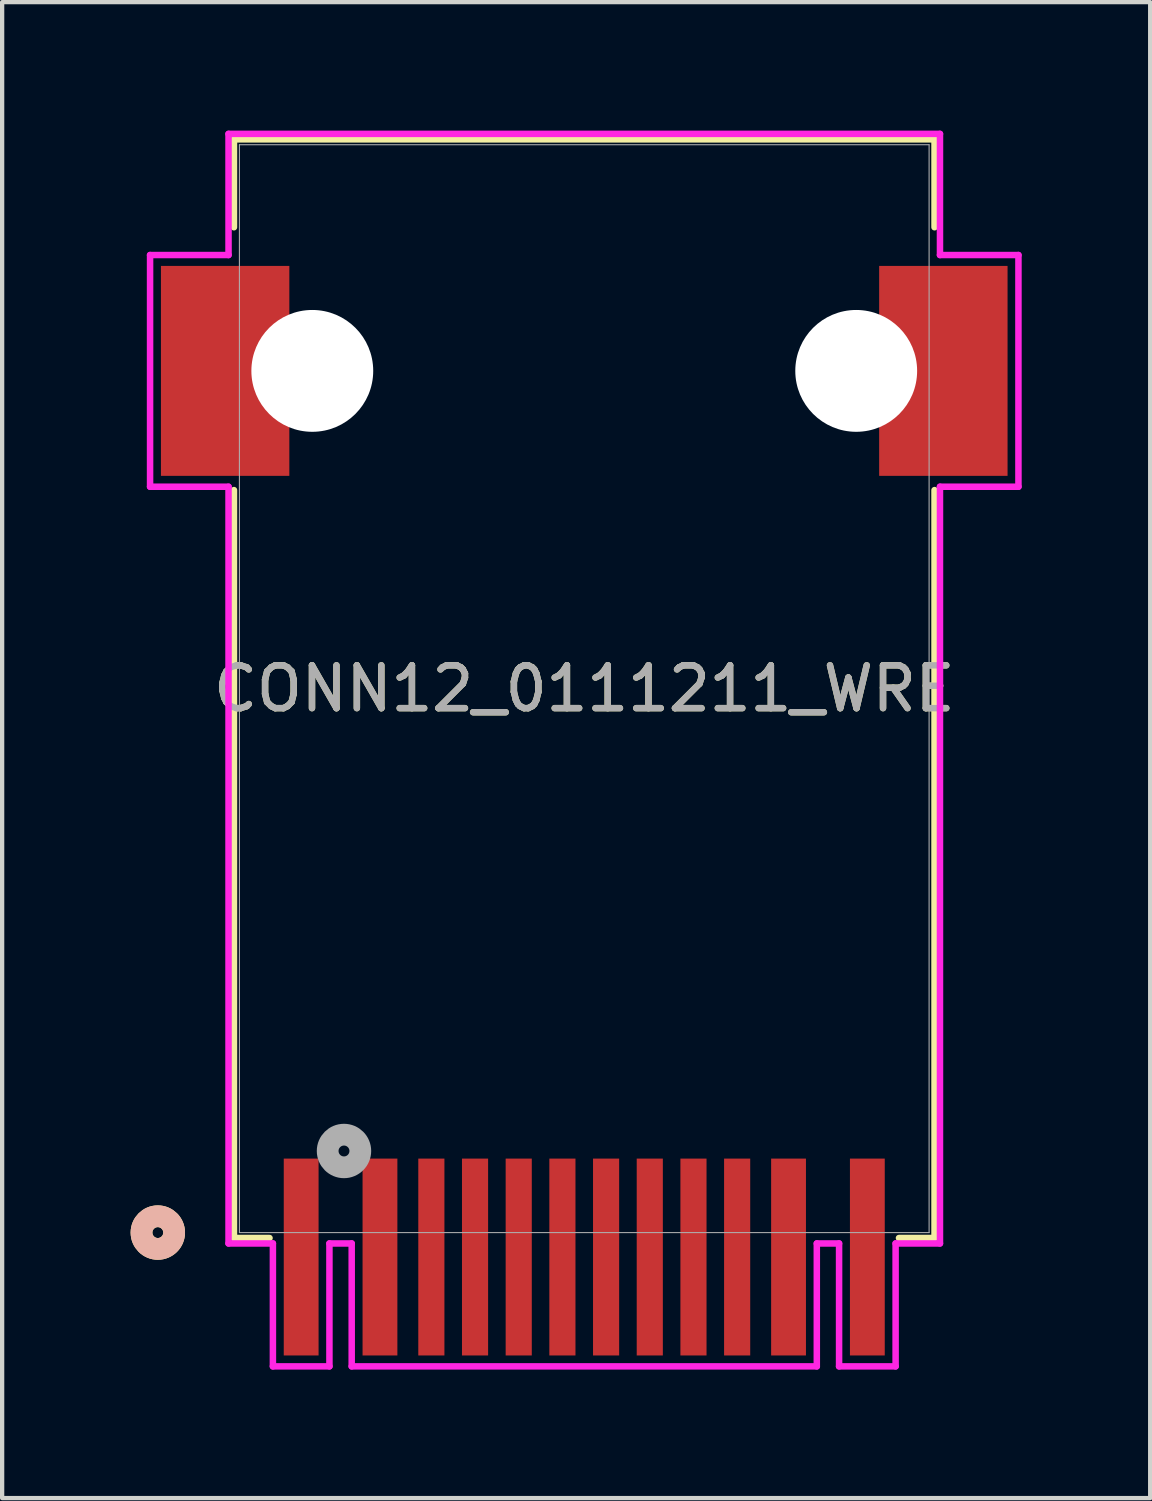
<source format=kicad_pcb>
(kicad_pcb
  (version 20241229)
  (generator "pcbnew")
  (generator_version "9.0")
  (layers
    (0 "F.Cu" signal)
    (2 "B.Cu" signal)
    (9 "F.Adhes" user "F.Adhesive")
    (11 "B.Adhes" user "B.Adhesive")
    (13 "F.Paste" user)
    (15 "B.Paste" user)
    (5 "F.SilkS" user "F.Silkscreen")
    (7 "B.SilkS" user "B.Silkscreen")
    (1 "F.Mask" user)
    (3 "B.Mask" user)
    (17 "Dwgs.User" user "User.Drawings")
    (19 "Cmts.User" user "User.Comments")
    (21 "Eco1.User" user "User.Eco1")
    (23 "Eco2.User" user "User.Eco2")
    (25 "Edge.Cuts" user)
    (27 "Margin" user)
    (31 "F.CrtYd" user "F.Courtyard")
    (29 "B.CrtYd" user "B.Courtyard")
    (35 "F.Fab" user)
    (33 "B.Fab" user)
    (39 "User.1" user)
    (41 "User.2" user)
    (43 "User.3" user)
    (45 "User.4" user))
  (footprint "CONN12_0111211_WRE"
    (layer "F.Cu")
    (at 10.592 13.03)
    (property "Reference" "CONN12_0111211_WRE" (at 0 0 0) (unlocked yes) (layer "F.SilkS") (effects (font (size 1 1) (thickness 0.15))))
    (attr smd)
    (fp_poly (pts (xy -9.884 -9.871) (xy -6.886 -9.871) (xy -6.886 -4.969) (xy -9.884 -4.969)) (stroke (width 0) (type solid)) (fill yes) (layer "F.Cu"))
    (fp_poly (pts (xy 6.886 -9.871) (xy 9.884 -9.871) (xy 9.884 -4.969) (xy 6.886 -4.969)) (stroke (width 0) (type solid)) (fill yes) (layer "F.Cu"))
    (fp_poly (pts (xy -9.884 -9.871) (xy -6.886 -9.871) (xy -6.886 -4.969) (xy -9.884 -4.969)) (stroke (width 0) (type solid)) (fill yes) (layer "F.Mask"))
    (fp_poly (pts (xy 6.886 -9.871) (xy 9.884 -9.871) (xy 9.884 -4.969) (xy 6.886 -4.969)) (stroke (width 0) (type solid)) (fill yes) (layer "F.Mask"))
    (fp_poly (pts (xy 6.886 -9.871) (xy 9.884 -9.871) (xy 9.884 -4.969) (xy 6.886 -4.969)) (stroke (width 0) (type solid)) (fill yes) (layer "F.Mask"))
    (fp_line (start -8.179 -12.827) (end -8.179 -10.774) (stroke (width 0.152) (type solid)) (layer "F.SilkS"))
    (fp_line (start -8.179 -4.636) (end -8.179 12.827) (stroke (width 0.152) (type solid)) (layer "F.SilkS"))
    (fp_line (start -8.179 12.827) (end -7.349 12.827) (stroke (width 0.152) (type solid)) (layer "F.SilkS"))
    (fp_line (start 7.349 12.827) (end 8.179 12.827) (stroke (width 0.152) (type solid)) (layer "F.SilkS"))
    (fp_line (start 8.179 -12.827) (end -8.179 -12.827) (stroke (width 0.152) (type solid)) (layer "F.SilkS"))
    (fp_line (start 8.179 -10.774) (end 8.179 -12.827) (stroke (width 0.152) (type solid)) (layer "F.SilkS"))
    (fp_line (start 8.179 12.827) (end 8.179 -4.636) (stroke (width 0.152) (type solid)) (layer "F.SilkS"))
    (fp_circle (center -9.957 12.7) (end -9.576 12.7) (stroke (width 0.508) (type solid)) (fill no) (layer "F.SilkS"))
    (fp_circle (center -9.957 12.7) (end -9.576 12.7) (stroke (width 0.508) (type solid)) (fill no) (layer "B.SilkS"))
    (fp_poly (pts (xy -9.884 -9.871) (xy -6.886 -9.871) (xy -6.886 -4.969) (xy -9.884 -4.969)) (stroke (width 0) (type solid)) (fill yes) (layer "F.Paste"))
    (fp_poly (pts (xy 6.886 -9.871) (xy 9.884 -9.871) (xy 9.884 -4.969) (xy 6.886 -4.969)) (stroke (width 0) (type solid)) (fill yes) (layer "F.Paste"))
    (fp_poly (pts (xy 6.886 -9.871) (xy 9.884 -9.871) (xy 9.884 -4.969) (xy 6.886 -4.969)) (stroke (width 0) (type solid)) (fill yes) (layer "F.Paste"))
    (fp_line (start -10.138 -10.125) (end -10.138 -4.715) (stroke (width 0.152) (type solid)) (layer "F.CrtYd"))
    (fp_line (start -10.138 -4.715) (end -8.306 -4.715) (stroke (width 0.152) (type solid)) (layer "F.CrtYd"))
    (fp_line (start -8.306 -12.954) (end -8.306 -10.125) (stroke (width 0.152) (type solid)) (layer "F.CrtYd"))
    (fp_line (start -8.306 -10.125) (end -10.138 -10.125) (stroke (width 0.152) (type solid)) (layer "F.CrtYd"))
    (fp_line (start -8.306 -4.715) (end -8.306 12.954) (stroke (width 0.152) (type solid)) (layer "F.CrtYd"))
    (fp_line (start -8.306 12.954) (end -7.27 12.954) (stroke (width 0.152) (type solid)) (layer "F.CrtYd"))
    (fp_line (start -7.27 12.954) (end -7.27 15.824) (stroke (width 0.152) (type solid)) (layer "F.CrtYd"))
    (fp_line (start -7.27 15.824) (end -5.95 15.824) (stroke (width 0.152) (type solid)) (layer "F.CrtYd"))
    (fp_line (start -5.95 12.954) (end -5.43 12.954) (stroke (width 0.152) (type solid)) (layer "F.CrtYd"))
    (fp_line (start -5.95 15.824) (end -5.95 12.954) (stroke (width 0.152) (type solid)) (layer "F.CrtYd"))
    (fp_line (start -5.43 12.954) (end -5.43 15.824) (stroke (width 0.152) (type solid)) (layer "F.CrtYd"))
    (fp_line (start -5.43 15.824) (end 5.43 15.824) (stroke (width 0.152) (type solid)) (layer "F.CrtYd"))
    (fp_line (start 5.43 12.954) (end 5.95 12.954) (stroke (width 0.152) (type solid)) (layer "F.CrtYd"))
    (fp_line (start 5.43 15.824) (end 5.43 12.954) (stroke (width 0.152) (type solid)) (layer "F.CrtYd"))
    (fp_line (start 5.95 12.954) (end 5.95 15.824) (stroke (width 0.152) (type solid)) (layer "F.CrtYd"))
    (fp_line (start 5.95 15.824) (end 7.27 15.824) (stroke (width 0.152) (type solid)) (layer "F.CrtYd"))
    (fp_line (start 7.27 12.954) (end 8.306 12.954) (stroke (width 0.152) (type solid)) (layer "F.CrtYd"))
    (fp_line (start 7.27 15.824) (end 7.27 12.954) (stroke (width 0.152) (type solid)) (layer "F.CrtYd"))
    (fp_line (start 8.306 -12.954) (end -8.306 -12.954) (stroke (width 0.152) (type solid)) (layer "F.CrtYd"))
    (fp_line (start 8.306 -10.125) (end 8.306 -12.954) (stroke (width 0.152) (type solid)) (layer "F.CrtYd"))
    (fp_line (start 8.306 -4.715) (end 10.138 -4.715) (stroke (width 0.152) (type solid)) (layer "F.CrtYd"))
    (fp_line (start 8.306 12.954) (end 8.306 -4.715) (stroke (width 0.152) (type solid)) (layer "F.CrtYd"))
    (fp_line (start 10.138 -10.125) (end 8.306 -10.125) (stroke (width 0.152) (type solid)) (layer "F.CrtYd"))
    (fp_line (start 10.138 -4.715) (end 10.138 -10.125) (stroke (width 0.152) (type solid)) (layer "F.CrtYd"))
    (fp_line (start -8.052 -12.7) (end -8.052 12.7) (stroke (width 0.025) (type solid)) (layer "F.Fab"))
    (fp_line (start -8.052 12.7) (end 8.052 12.7) (stroke (width 0.025) (type solid)) (layer "F.Fab"))
    (fp_line (start 8.052 -12.7) (end -8.052 -12.7) (stroke (width 0.025) (type solid)) (layer "F.Fab"))
    (fp_line (start 8.052 12.7) (end 8.052 -12.7) (stroke (width 0.025) (type solid)) (layer "F.Fab"))
    (fp_circle (center -5.61 10.795) (end -5.229 10.795) (stroke (width 0.508) (type solid)) (fill no) (layer "F.Fab"))
    (fp_text user "${REFERENCE}" (at 0 0 0) (unlocked yes) (layer "F.Fab") (effects (font (size 1 1) (thickness 0.15))))
    (pad "" np_thru_hole circle (at -6.35 -7.42) (size 2.845 2.845) (drill 2.845) (layers "*.Cu" "*.Mask"))
    (pad "" np_thru_hole circle (at 6.35 -7.42) (size 2.845 2.845) (drill 2.845) (layers "*.Cu" "*.Mask"))
    (pad "1" smd rect (at -6.61 13.271) (size 0.813 4.597) (layers "F.Cu" "F.Mask" "F.Paste"))
    (pad "2" smd rect (at -4.77 13.271) (size 0.813 4.597) (layers "F.Cu" "F.Mask" "F.Paste"))
    (pad "3" smd rect (at -3.57 13.271) (size 0.61 4.597) (layers "F.Cu" "F.Mask" "F.Paste"))
    (pad "4" smd rect (at -2.55 13.271) (size 0.61 4.597) (layers "F.Cu" "F.Mask" "F.Paste"))
    (pad "5" smd rect (at -1.53 13.271) (size 0.61 4.597) (layers "F.Cu" "F.Mask" "F.Paste"))
    (pad "6" smd rect (at -0.51 13.271) (size 0.61 4.597) (layers "F.Cu" "F.Mask" "F.Paste"))
    (pad "7" smd rect (at 0.51 13.271) (size 0.61 4.597) (layers "F.Cu" "F.Mask" "F.Paste"))
    (pad "8" smd rect (at 1.53 13.271) (size 0.61 4.597) (layers "F.Cu" "F.Mask" "F.Paste"))
    (pad "9" smd rect (at 2.55 13.271) (size 0.61 4.597) (layers "F.Cu" "F.Mask" "F.Paste"))
    (pad "10" smd rect (at 3.57 13.271) (size 0.61 4.597) (layers "F.Cu" "F.Mask" "F.Paste"))
    (pad "11" smd rect (at 4.77 13.271) (size 0.813 4.597) (layers "F.Cu" "F.Mask" "F.Paste"))
    (pad "12" smd rect (at 6.61 13.271) (size 0.813 4.597) (layers "F.Cu" "F.Mask" "F.Paste"))
    (pad "13" smd rect (at -8.385 -7.42) (size 0.127 0.127) (layers "F.Cu" "F.Mask" "F.Paste"))
    (pad "14" smd rect (at 8.36 -7.62) (size 0.127 0.127) (layers "F.Cu" "F.Mask" "F.Paste")))
  (gr_rect
    (start -3 -3)
    (end 23.806 31.93)
    (stroke (width 0.1) (type default))
    (fill no)
    (layer "Edge.Cuts")))
</source>
